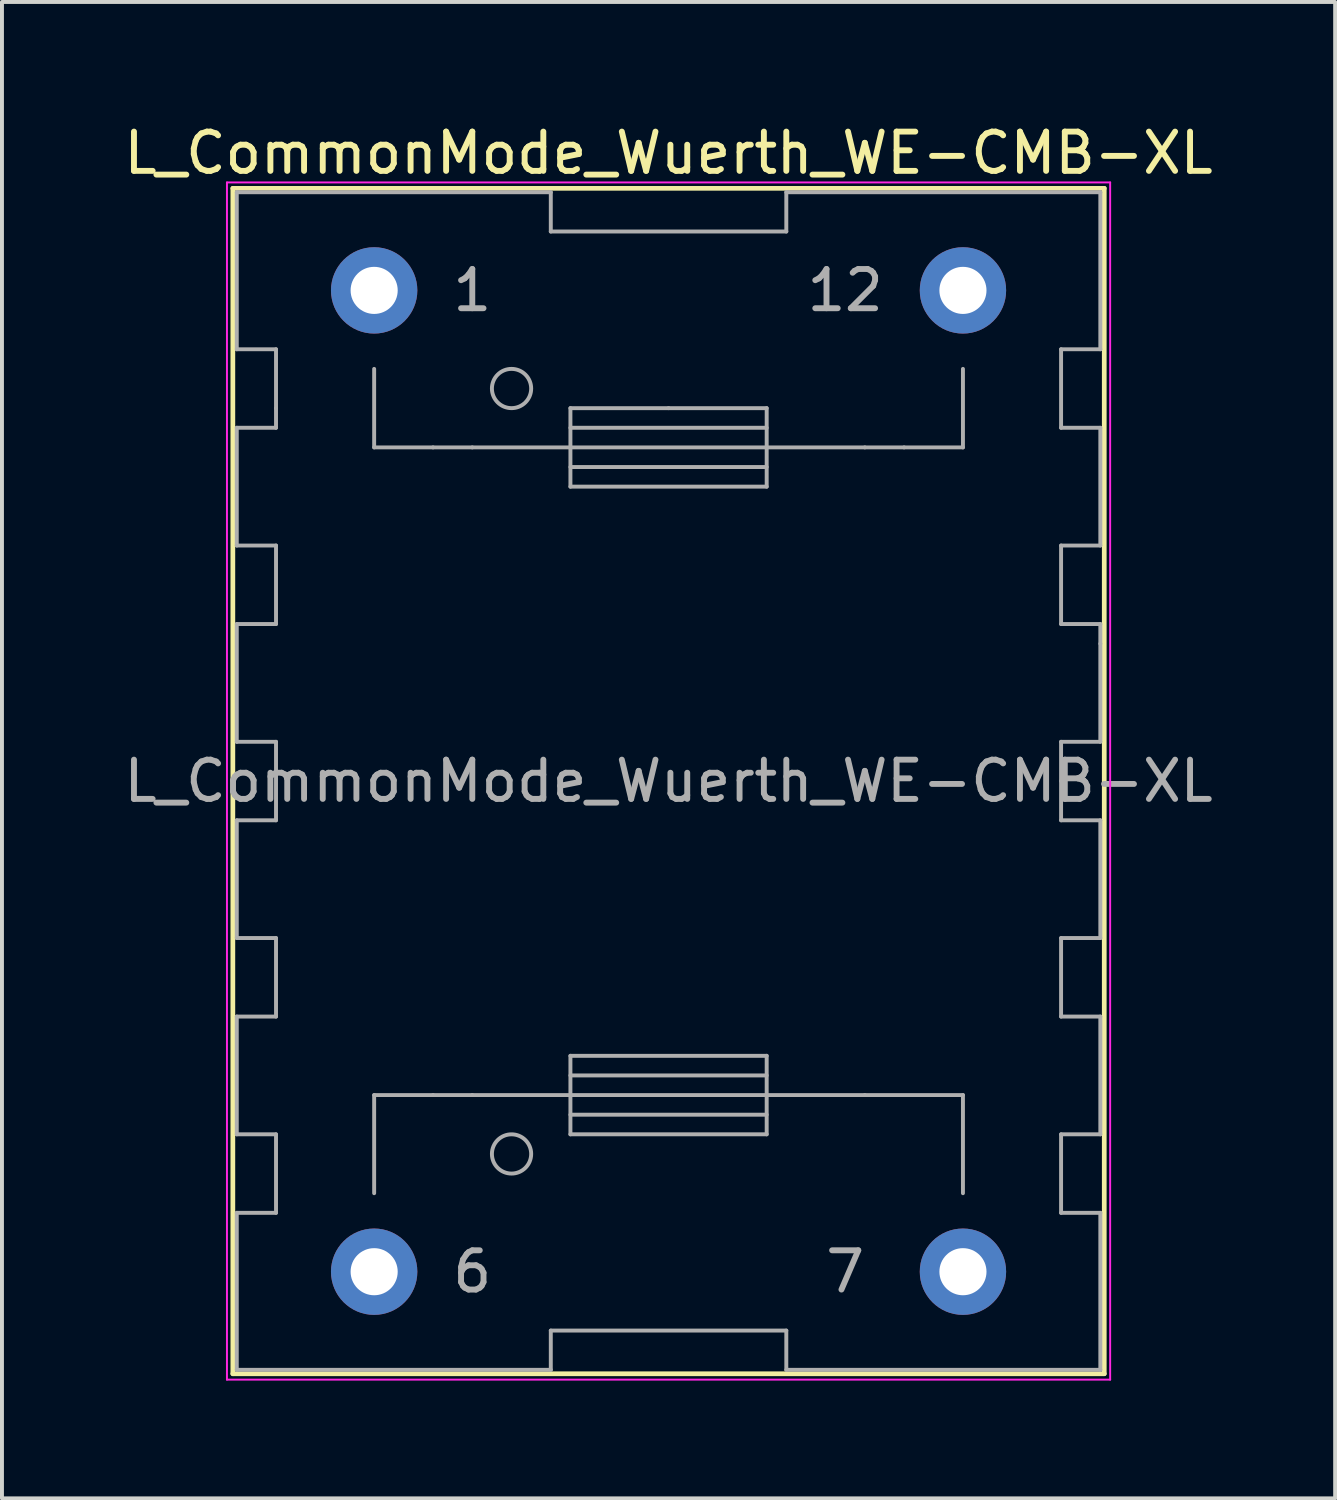
<source format=kicad_pcb>
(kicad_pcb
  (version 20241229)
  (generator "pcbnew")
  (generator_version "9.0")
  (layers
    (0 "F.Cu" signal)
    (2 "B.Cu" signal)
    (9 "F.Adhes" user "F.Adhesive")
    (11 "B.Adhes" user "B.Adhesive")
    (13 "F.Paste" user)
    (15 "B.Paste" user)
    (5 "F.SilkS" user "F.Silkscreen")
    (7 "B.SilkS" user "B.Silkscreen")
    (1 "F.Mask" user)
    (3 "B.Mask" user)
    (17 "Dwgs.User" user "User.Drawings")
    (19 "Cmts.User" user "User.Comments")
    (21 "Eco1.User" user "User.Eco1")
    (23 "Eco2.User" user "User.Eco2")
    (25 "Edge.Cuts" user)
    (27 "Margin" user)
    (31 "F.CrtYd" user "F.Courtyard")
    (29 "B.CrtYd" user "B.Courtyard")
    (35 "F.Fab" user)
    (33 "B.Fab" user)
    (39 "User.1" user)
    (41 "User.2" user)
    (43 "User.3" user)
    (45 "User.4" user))
  (footprint "L_CommonMode_Wuerth_WE-CMB-XL"
    (layer "F.Cu")
    (at 6.482 4.348)
    (property "Reference" "L_CommonMode_Wuerth_WE-CMB-XL" (at 7.5 -3.5 0) (layer "F.SilkS") (effects (font (size 1 1) (thickness 0.15))))
    (attr through_hole)
    (fp_line (start -3.6 -2.6) (end -3.6 27.6) (stroke (width 0.12) (type solid)) (layer "F.SilkS"))
    (fp_line (start -3.6 27.6) (end 18.6 27.6) (stroke (width 0.12) (type solid)) (layer "F.SilkS"))
    (fp_line (start 18.6 -2.6) (end -3.6 -2.6) (stroke (width 0.12) (type solid)) (layer "F.SilkS"))
    (fp_line (start 18.6 27.6) (end 18.6 -2.6) (stroke (width 0.12) (type solid)) (layer "F.SilkS"))
    (fp_line (start -3.75 -2.75) (end 18.75 -2.75) (stroke (width 0.05) (type solid)) (layer "F.CrtYd"))
    (fp_line (start -3.75 27.75) (end -3.75 -2.75) (stroke (width 0.05) (type solid)) (layer "F.CrtYd"))
    (fp_line (start 18.75 -2.75) (end 18.75 27.75) (stroke (width 0.05) (type solid)) (layer "F.CrtYd"))
    (fp_line (start 18.75 27.75) (end -3.75 27.75) (stroke (width 0.05) (type solid)) (layer "F.CrtYd"))
    (fp_line (start -3.5 -2.5) (end -3.5 1.5) (stroke (width 0.1) (type solid)) (layer "F.Fab"))
    (fp_line (start -3.5 1.5) (end -2.5 1.5) (stroke (width 0.1) (type solid)) (layer "F.Fab"))
    (fp_line (start -3.5 3.5) (end -3.5 6.5) (stroke (width 0.1) (type solid)) (layer "F.Fab"))
    (fp_line (start -3.5 6.5) (end -2.5 6.5) (stroke (width 0.1) (type solid)) (layer "F.Fab"))
    (fp_line (start -3.5 8.5) (end -3.5 11.5) (stroke (width 0.1) (type solid)) (layer "F.Fab"))
    (fp_line (start -3.5 11.5) (end -2.5 11.5) (stroke (width 0.1) (type solid)) (layer "F.Fab"))
    (fp_line (start -3.5 13.5) (end -3.5 16.5) (stroke (width 0.1) (type solid)) (layer "F.Fab"))
    (fp_line (start -3.5 16.5) (end -2.5 16.5) (stroke (width 0.1) (type solid)) (layer "F.Fab"))
    (fp_line (start -3.5 18.5) (end -3.5 21.5) (stroke (width 0.1) (type solid)) (layer "F.Fab"))
    (fp_line (start -3.5 21.5) (end -2.5 21.5) (stroke (width 0.1) (type solid)) (layer "F.Fab"))
    (fp_line (start -3.5 23.5) (end -3.5 27.5) (stroke (width 0.1) (type solid)) (layer "F.Fab"))
    (fp_line (start -2.5 1.5) (end -2.5 3) (stroke (width 0.1) (type solid)) (layer "F.Fab"))
    (fp_line (start -2.5 3) (end -2.5 3.5) (stroke (width 0.1) (type solid)) (layer "F.Fab"))
    (fp_line (start -2.5 3.5) (end -3.5 3.5) (stroke (width 0.1) (type solid)) (layer "F.Fab"))
    (fp_line (start -2.5 6.5) (end -2.5 8.5) (stroke (width 0.1) (type solid)) (layer "F.Fab"))
    (fp_line (start -2.5 8.5) (end -3.5 8.5) (stroke (width 0.1) (type solid)) (layer "F.Fab"))
    (fp_line (start -2.5 11.5) (end -2.5 13.5) (stroke (width 0.1) (type solid)) (layer "F.Fab"))
    (fp_line (start -2.5 13.5) (end -3.5 13.5) (stroke (width 0.1) (type solid)) (layer "F.Fab"))
    (fp_line (start -2.5 16.5) (end -2.5 18.5) (stroke (width 0.1) (type solid)) (layer "F.Fab"))
    (fp_line (start -2.5 18.5) (end -3.5 18.5) (stroke (width 0.1) (type solid)) (layer "F.Fab"))
    (fp_line (start -2.5 21.5) (end -2.5 23.5) (stroke (width 0.1) (type solid)) (layer "F.Fab"))
    (fp_line (start -2.5 23.5) (end -3.5 23.5) (stroke (width 0.1) (type solid)) (layer "F.Fab"))
    (fp_line (start 0 4) (end 0 2) (stroke (width 0.1) (type solid)) (layer "F.Fab"))
    (fp_line (start 0 20.5) (end 0 23) (stroke (width 0.1) (type solid)) (layer "F.Fab"))
    (fp_line (start 1.5 4) (end 0 4) (stroke (width 0.1) (type solid)) (layer "F.Fab"))
    (fp_line (start 1.5 20.5) (end 0 20.5) (stroke (width 0.1) (type solid)) (layer "F.Fab"))
    (fp_line (start 2.5 4) (end 1.5 4) (stroke (width 0.1) (type solid)) (layer "F.Fab"))
    (fp_line (start 2.5 20.5) (end 1.5 20.5) (stroke (width 0.1) (type solid)) (layer "F.Fab"))
    (fp_line (start 2.5 20.5) (end 5 20.5) (stroke (width 0.1) (type solid)) (layer "F.Fab"))
    (fp_line (start 4.5 -2.5) (end -3.5 -2.5) (stroke (width 0.1) (type solid)) (layer "F.Fab"))
    (fp_line (start 4.5 -1.5) (end 4.5 -2.5) (stroke (width 0.1) (type solid)) (layer "F.Fab"))
    (fp_line (start 4.5 26.5) (end 4.5 27.5) (stroke (width 0.1) (type solid)) (layer "F.Fab"))
    (fp_line (start 4.5 27.5) (end -3.5 27.5) (stroke (width 0.1) (type solid)) (layer "F.Fab"))
    (fp_line (start 5 3) (end 7.5 3) (stroke (width 0.1) (type solid)) (layer "F.Fab"))
    (fp_line (start 5 4) (end 2.5 4) (stroke (width 0.1) (type solid)) (layer "F.Fab"))
    (fp_line (start 5 4) (end 10 4) (stroke (width 0.1) (type solid)) (layer "F.Fab"))
    (fp_line (start 5 4.5) (end 10 4.5) (stroke (width 0.1) (type solid)) (layer "F.Fab"))
    (fp_line (start 5 5) (end 5 3) (stroke (width 0.1) (type solid)) (layer "F.Fab"))
    (fp_line (start 5 19.5) (end 10 19.5) (stroke (width 0.1) (type solid)) (layer "F.Fab"))
    (fp_line (start 5 21) (end 10 21) (stroke (width 0.1) (type solid)) (layer "F.Fab"))
    (fp_line (start 5 21.5) (end 5 19.5) (stroke (width 0.1) (type solid)) (layer "F.Fab"))
    (fp_line (start 7.5 3) (end 10 3) (stroke (width 0.1) (type solid)) (layer "F.Fab"))
    (fp_line (start 10 3) (end 10 5) (stroke (width 0.1) (type solid)) (layer "F.Fab"))
    (fp_line (start 10 3.5) (end 5 3.5) (stroke (width 0.1) (type solid)) (layer "F.Fab"))
    (fp_line (start 10 4) (end 12.5 4) (stroke (width 0.1) (type solid)) (layer "F.Fab"))
    (fp_line (start 10 5) (end 5 5) (stroke (width 0.1) (type solid)) (layer "F.Fab"))
    (fp_line (start 10 19.5) (end 10 21.5) (stroke (width 0.1) (type solid)) (layer "F.Fab"))
    (fp_line (start 10 20) (end 5 20) (stroke (width 0.1) (type solid)) (layer "F.Fab"))
    (fp_line (start 10 20.5) (end 5 20.5) (stroke (width 0.1) (type solid)) (layer "F.Fab"))
    (fp_line (start 10 21.5) (end 5 21.5) (stroke (width 0.1) (type solid)) (layer "F.Fab"))
    (fp_line (start 10.5 -2.5) (end 10.5 -1.5) (stroke (width 0.1) (type solid)) (layer "F.Fab"))
    (fp_line (start 10.5 -1.5) (end 4.5 -1.5) (stroke (width 0.1) (type solid)) (layer "F.Fab"))
    (fp_line (start 10.5 26.5) (end 4.5 26.5) (stroke (width 0.1) (type solid)) (layer "F.Fab"))
    (fp_line (start 10.5 27.5) (end 10.5 26.5) (stroke (width 0.1) (type solid)) (layer "F.Fab"))
    (fp_line (start 12.5 4) (end 13.5 4) (stroke (width 0.1) (type solid)) (layer "F.Fab"))
    (fp_line (start 12.5 20.5) (end 10 20.5) (stroke (width 0.1) (type solid)) (layer "F.Fab"))
    (fp_line (start 12.5 20.5) (end 15 20.5) (stroke (width 0.1) (type solid)) (layer "F.Fab"))
    (fp_line (start 13.5 4) (end 15 4) (stroke (width 0.1) (type solid)) (layer "F.Fab"))
    (fp_line (start 15 4) (end 15 2) (stroke (width 0.1) (type solid)) (layer "F.Fab"))
    (fp_line (start 15 20.5) (end 15 23) (stroke (width 0.1) (type solid)) (layer "F.Fab"))
    (fp_line (start 17.5 1.5) (end 18.5 1.5) (stroke (width 0.1) (type solid)) (layer "F.Fab"))
    (fp_line (start 17.5 3.5) (end 17.5 1.5) (stroke (width 0.1) (type solid)) (layer "F.Fab"))
    (fp_line (start 17.5 6.5) (end 18.5 6.5) (stroke (width 0.1) (type solid)) (layer "F.Fab"))
    (fp_line (start 17.5 8.5) (end 17.5 6.5) (stroke (width 0.1) (type solid)) (layer "F.Fab"))
    (fp_line (start 17.5 11.5) (end 18.5 11.5) (stroke (width 0.1) (type solid)) (layer "F.Fab"))
    (fp_line (start 17.5 12.5) (end 17.5 11.5) (stroke (width 0.1) (type solid)) (layer "F.Fab"))
    (fp_line (start 17.5 12.5) (end 17.5 13.5) (stroke (width 0.1) (type solid)) (layer "F.Fab"))
    (fp_line (start 17.5 13.5) (end 18.5 13.5) (stroke (width 0.1) (type solid)) (layer "F.Fab"))
    (fp_line (start 17.5 16.5) (end 17.5 18.5) (stroke (width 0.1) (type solid)) (layer "F.Fab"))
    (fp_line (start 17.5 18.5) (end 18.5 18.5) (stroke (width 0.1) (type solid)) (layer "F.Fab"))
    (fp_line (start 17.5 21.5) (end 17.5 23.5) (stroke (width 0.1) (type solid)) (layer "F.Fab"))
    (fp_line (start 17.5 23.5) (end 18.5 23.5) (stroke (width 0.1) (type solid)) (layer "F.Fab"))
    (fp_line (start 18.5 -2.5) (end 10.5 -2.5) (stroke (width 0.1) (type solid)) (layer "F.Fab"))
    (fp_line (start 18.5 1.5) (end 18.5 -2.5) (stroke (width 0.1) (type solid)) (layer "F.Fab"))
    (fp_line (start 18.5 3.5) (end 17.5 3.5) (stroke (width 0.1) (type solid)) (layer "F.Fab"))
    (fp_line (start 18.5 6.5) (end 18.5 3.5) (stroke (width 0.1) (type solid)) (layer "F.Fab"))
    (fp_line (start 18.5 8.5) (end 17.5 8.5) (stroke (width 0.1) (type solid)) (layer "F.Fab"))
    (fp_line (start 18.5 9) (end 18.5 8.5) (stroke (width 0.1) (type solid)) (layer "F.Fab"))
    (fp_line (start 18.5 11.5) (end 18.5 9) (stroke (width 0.1) (type solid)) (layer "F.Fab"))
    (fp_line (start 18.5 13.5) (end 18.5 16.5) (stroke (width 0.1) (type solid)) (layer "F.Fab"))
    (fp_line (start 18.5 16.5) (end 17.5 16.5) (stroke (width 0.1) (type solid)) (layer "F.Fab"))
    (fp_line (start 18.5 18.5) (end 18.5 21.5) (stroke (width 0.1) (type solid)) (layer "F.Fab"))
    (fp_line (start 18.5 21.5) (end 17.5 21.5) (stroke (width 0.1) (type solid)) (layer "F.Fab"))
    (fp_line (start 18.5 23.5) (end 18.5 27.5) (stroke (width 0.1) (type solid)) (layer "F.Fab"))
    (fp_line (start 18.5 27.5) (end 10.5 27.5) (stroke (width 0.1) (type solid)) (layer "F.Fab"))
    (fp_circle (center 3.5 2.5) (end 4 2.5) (stroke (width 0.1) (type solid)) (fill no) (layer "F.Fab"))
    (fp_circle (center 3.5 22) (end 4 22) (stroke (width 0.1) (type solid)) (fill no) (layer "F.Fab"))
    (fp_text user "${REFERENCE}" (at 7.5 12.5 0) (layer "F.Fab") (effects (font (size 1 1) (thickness 0.15))))
    (fp_text user "6" (at 2.5 25 0) (layer "F.Fab") (effects (font (size 1 1) (thickness 0.15))))
    (fp_text user "7" (at 12 25 0) (layer "F.Fab") (effects (font (size 1 1) (thickness 0.15))))
    (fp_text user "12" (at 12 0 0) (layer "F.Fab") (effects (font (size 1 1) (thickness 0.15))))
    (fp_text user "1" (at 2.5 0 0) (layer "F.Fab") (effects (font (size 1 1) (thickness 0.15))))
    (pad "1" thru_hole circle (at 0 0) (size 2.2 2.2) (drill 1.2) (layers "*.Cu" "*.Mask"))
    (pad "6" thru_hole circle (at 0 25) (size 2.2 2.2) (drill 1.2) (layers "*.Cu" "*.Mask"))
    (pad "7" thru_hole circle (at 15 25) (size 2.2 2.2) (drill 1.2) (layers "*.Cu" "*.Mask"))
    (pad "12" thru_hole circle (at 15 0) (size 2.2 2.2) (drill 1.2) (layers "*.Cu" "*.Mask")))
  (gr_rect
    (start -3 -3)
    (end 30.964 35.123)
    (stroke (width 0.1) (type default))
    (fill no)
    (layer "Edge.Cuts")))
</source>
